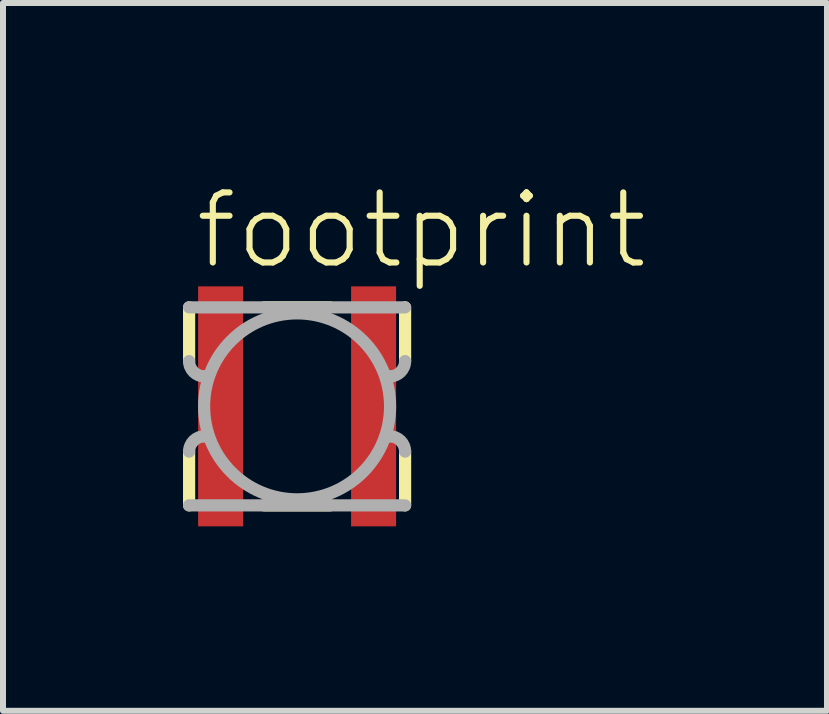
<source format=kicad_pcb>
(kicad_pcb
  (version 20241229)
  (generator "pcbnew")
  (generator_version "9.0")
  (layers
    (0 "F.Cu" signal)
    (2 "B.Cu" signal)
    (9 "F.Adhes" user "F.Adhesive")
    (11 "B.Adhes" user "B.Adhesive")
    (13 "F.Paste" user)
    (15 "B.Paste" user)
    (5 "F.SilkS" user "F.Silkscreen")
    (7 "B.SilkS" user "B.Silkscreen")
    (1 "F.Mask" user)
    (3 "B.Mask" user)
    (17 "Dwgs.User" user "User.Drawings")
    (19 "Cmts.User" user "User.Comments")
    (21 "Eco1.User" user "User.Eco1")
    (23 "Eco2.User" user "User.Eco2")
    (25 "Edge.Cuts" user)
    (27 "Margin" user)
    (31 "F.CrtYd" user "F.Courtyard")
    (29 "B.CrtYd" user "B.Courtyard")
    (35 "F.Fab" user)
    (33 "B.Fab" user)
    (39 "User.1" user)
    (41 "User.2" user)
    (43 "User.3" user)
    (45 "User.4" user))
  (footprint "footprint"
    (layer "F.Cu")
    (at 1.902 3.723)
    (property "Reference" "footprint" (at -1.75 -2.25 0) (layer "F.SilkS") (effects (font (size 1.168 1.168) (thickness 0.102)) (justify left bottom)))
    (fp_poly (pts (xy -1.725 -0.875) (xy -0.825 -0.875) (xy -0.825 -2.075) (xy -1.725 -2.075)) (stroke (width 0) (type solid)) (fill yes) (layer "F.Mask"))
    (fp_poly (pts (xy -0.825 0.875) (xy -1.725 0.875) (xy -1.725 2.075) (xy -0.825 2.075)) (stroke (width 0) (type solid)) (fill yes) (layer "F.Mask"))
    (fp_poly (pts (xy 0.825 -0.875) (xy 1.725 -0.875) (xy 1.725 -2.075) (xy 0.825 -2.075)) (stroke (width 0) (type solid)) (fill yes) (layer "F.Mask"))
    (fp_poly (pts (xy 1.725 0.875) (xy 0.825 0.875) (xy 0.825 2.075) (xy 1.725 2.075)) (stroke (width 0) (type solid)) (fill yes) (layer "F.Mask"))
    (fp_line (start -1.8 -1.65) (end -1.8 -0.754) (stroke (width 0.203) (type solid)) (layer "F.SilkS"))
    (fp_line (start -1.8 0.754) (end -1.8 1.65) (stroke (width 0.203) (type solid)) (layer "F.SilkS"))
    (fp_line (start -0.55 1.65) (end 0.55 1.65) (stroke (width 0.203) (type solid)) (layer "F.SilkS"))
    (fp_line (start 0.55 -1.65) (end -0.55 -1.65) (stroke (width 0.203) (type solid)) (layer "F.SilkS"))
    (fp_line (start 1.8 -0.754) (end 1.8 -1.65) (stroke (width 0.203) (type solid)) (layer "F.SilkS"))
    (fp_line (start 1.8 1.65) (end 1.8 0.754) (stroke (width 0.203) (type solid)) (layer "F.SilkS"))
    (fp_poly (pts (xy -1.625 -0.95) (xy -0.925 -0.95) (xy -0.925 -1.95) (xy -1.625 -1.95)) (stroke (width 0) (type solid)) (fill yes) (layer "F.Paste"))
    (fp_poly (pts (xy -0.925 0.95) (xy -1.625 0.95) (xy -1.625 1.95) (xy -0.925 1.95)) (stroke (width 0) (type solid)) (fill yes) (layer "F.Paste"))
    (fp_poly (pts (xy 0.925 -0.95) (xy 1.625 -0.95) (xy 1.625 -1.95) (xy 0.925 -1.95)) (stroke (width 0) (type solid)) (fill yes) (layer "F.Paste"))
    (fp_poly (pts (xy 1.625 0.95) (xy 0.925 0.95) (xy 0.925 1.95) (xy 1.625 1.95)) (stroke (width 0) (type solid)) (fill yes) (layer "F.Paste"))
    (fp_line (start -1.8 1.65) (end 1.8 1.65) (stroke (width 0.203) (type solid)) (layer "F.Fab"))
    (fp_line (start -1.546 -0.5) (end -1.5 -0.5) (stroke (width 0.203) (type solid)) (layer "F.Fab"))
    (fp_line (start -1.5 0.5) (end -1.546 0.5) (stroke (width 0.203) (type solid)) (layer "F.Fab"))
    (fp_line (start 1.5 -0.5) (end 1.546 -0.5) (stroke (width 0.203) (type solid)) (layer "F.Fab"))
    (fp_line (start 1.546 0.5) (end 1.5 0.5) (stroke (width 0.203) (type solid)) (layer "F.Fab"))
    (fp_line (start 1.8 -1.65) (end -1.8 -1.65) (stroke (width 0.203) (type solid)) (layer "F.Fab"))
    (fp_arc (start -1.8 0.754) (mid -1.725605 0.574395) (end -1.546 0.5) (stroke (width 0.2032) (type solid)) (layer "F.Fab"))
    (fp_arc (start -1.546 -0.5) (mid -1.725605 -0.574395) (end -1.8 -0.754) (stroke (width 0.2032) (type solid)) (layer "F.Fab"))
    (fp_arc (start 1.546 0.5) (mid 1.725605 0.574395) (end 1.8 0.754) (stroke (width 0.2032) (type solid)) (layer "F.Fab"))
    (fp_arc (start 1.8 -0.754) (mid 1.725605 -0.574395) (end 1.546 -0.5) (stroke (width 0.2032) (type solid)) (layer "F.Fab"))
    (fp_circle (center 0 0) (end 1.55 0) (stroke (width 0.203) (type solid)) (fill no) (layer "F.Fab"))
    (pad "1" smd rect (at -1.275 0) (size 0.75 4) (layers "F.Cu"))
    (pad "2" smd rect (at 1.275 0) (size 0.75 4) (layers "F.Cu")))
  (gr_rect
    (start -3 -3)
    (end 10.734 8.798)
    (stroke (width 0.1) (type default))
    (fill no)
    (layer "Edge.Cuts")))
</source>
